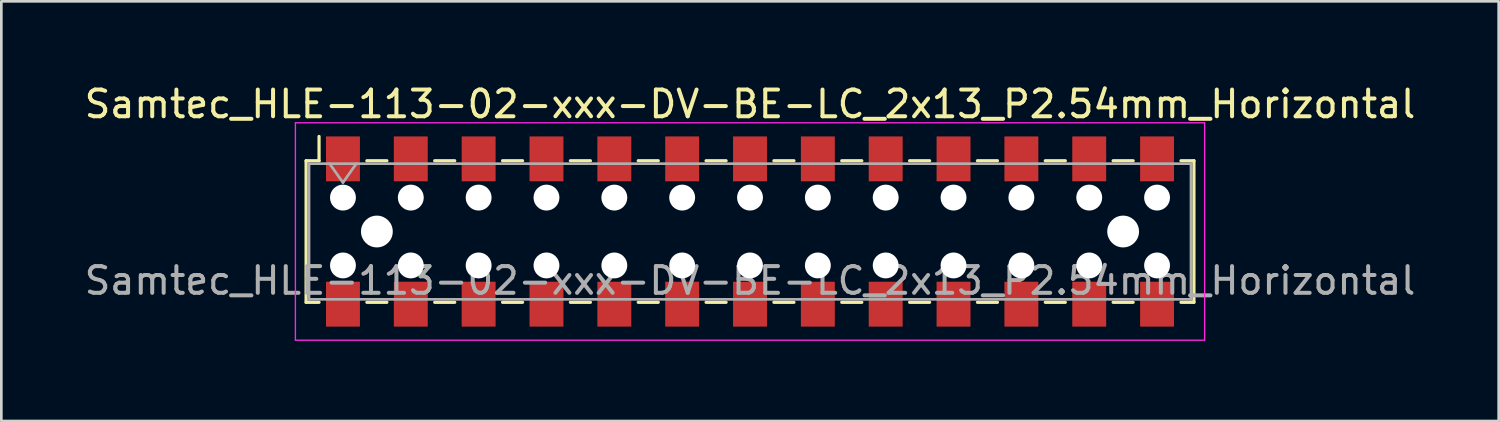
<source format=kicad_pcb>
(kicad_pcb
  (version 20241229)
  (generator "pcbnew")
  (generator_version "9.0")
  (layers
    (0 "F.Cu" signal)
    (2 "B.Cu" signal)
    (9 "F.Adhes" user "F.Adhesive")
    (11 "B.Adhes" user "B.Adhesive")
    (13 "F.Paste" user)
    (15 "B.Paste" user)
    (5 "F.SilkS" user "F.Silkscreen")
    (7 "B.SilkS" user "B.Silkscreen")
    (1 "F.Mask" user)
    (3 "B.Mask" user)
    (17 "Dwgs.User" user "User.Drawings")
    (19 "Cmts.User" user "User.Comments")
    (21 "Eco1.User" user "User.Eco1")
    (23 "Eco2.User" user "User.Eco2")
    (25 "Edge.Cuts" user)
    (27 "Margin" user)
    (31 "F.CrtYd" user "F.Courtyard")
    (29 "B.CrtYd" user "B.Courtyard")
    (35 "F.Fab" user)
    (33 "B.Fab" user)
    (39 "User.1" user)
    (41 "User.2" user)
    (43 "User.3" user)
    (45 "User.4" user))
  (footprint "Samtec_HLE-113-02-xxx-DV-BE-LC_2x13_P2.54mm_Horizontal"
    (layer "F.Cu")
    (at 25.03 5.618)
    (property "Reference" "Samtec_HLE-113-02-xxx-DV-BE-LC_2x13_P2.54mm_Horizontal" (at 0 -4.77 0) (layer "F.SilkS") (effects (font (size 1 1) (thickness 0.15))))
    (attr smd)
    (fp_line (start -16.62 -2.65) (end -16.62 2.65) (stroke (width 0.12) (type solid)) (layer "F.SilkS"))
    (fp_line (start -16.62 2.65) (end -16.135 2.65) (stroke (width 0.12) (type solid)) (layer "F.SilkS"))
    (fp_line (start -16.135 -3.56) (end -16.135 -2.65) (stroke (width 0.12) (type solid)) (layer "F.SilkS"))
    (fp_line (start -16.135 -2.65) (end -16.62 -2.65) (stroke (width 0.12) (type solid)) (layer "F.SilkS"))
    (fp_line (start -14.345 -2.65) (end -13.595 -2.65) (stroke (width 0.12) (type solid)) (layer "F.SilkS"))
    (fp_line (start -14.345 2.65) (end -13.595 2.65) (stroke (width 0.12) (type solid)) (layer "F.SilkS"))
    (fp_line (start -11.805 -2.65) (end -11.055 -2.65) (stroke (width 0.12) (type solid)) (layer "F.SilkS"))
    (fp_line (start -11.805 2.65) (end -11.055 2.65) (stroke (width 0.12) (type solid)) (layer "F.SilkS"))
    (fp_line (start -9.265 -2.65) (end -8.515 -2.65) (stroke (width 0.12) (type solid)) (layer "F.SilkS"))
    (fp_line (start -9.265 2.65) (end -8.515 2.65) (stroke (width 0.12) (type solid)) (layer "F.SilkS"))
    (fp_line (start -6.725 -2.65) (end -5.975 -2.65) (stroke (width 0.12) (type solid)) (layer "F.SilkS"))
    (fp_line (start -6.725 2.65) (end -5.975 2.65) (stroke (width 0.12) (type solid)) (layer "F.SilkS"))
    (fp_line (start -4.185 -2.65) (end -3.435 -2.65) (stroke (width 0.12) (type solid)) (layer "F.SilkS"))
    (fp_line (start -4.185 2.65) (end -3.435 2.65) (stroke (width 0.12) (type solid)) (layer "F.SilkS"))
    (fp_line (start -1.645 -2.65) (end -0.895 -2.65) (stroke (width 0.12) (type solid)) (layer "F.SilkS"))
    (fp_line (start -1.645 2.65) (end -0.895 2.65) (stroke (width 0.12) (type solid)) (layer "F.SilkS"))
    (fp_line (start 0.895 -2.65) (end 1.645 -2.65) (stroke (width 0.12) (type solid)) (layer "F.SilkS"))
    (fp_line (start 0.895 2.65) (end 1.645 2.65) (stroke (width 0.12) (type solid)) (layer "F.SilkS"))
    (fp_line (start 3.435 -2.65) (end 4.185 -2.65) (stroke (width 0.12) (type solid)) (layer "F.SilkS"))
    (fp_line (start 3.435 2.65) (end 4.185 2.65) (stroke (width 0.12) (type solid)) (layer "F.SilkS"))
    (fp_line (start 5.975 -2.65) (end 6.725 -2.65) (stroke (width 0.12) (type solid)) (layer "F.SilkS"))
    (fp_line (start 5.975 2.65) (end 6.725 2.65) (stroke (width 0.12) (type solid)) (layer "F.SilkS"))
    (fp_line (start 8.515 -2.65) (end 9.265 -2.65) (stroke (width 0.12) (type solid)) (layer "F.SilkS"))
    (fp_line (start 8.515 2.65) (end 9.265 2.65) (stroke (width 0.12) (type solid)) (layer "F.SilkS"))
    (fp_line (start 11.055 -2.65) (end 11.805 -2.65) (stroke (width 0.12) (type solid)) (layer "F.SilkS"))
    (fp_line (start 11.055 2.65) (end 11.805 2.65) (stroke (width 0.12) (type solid)) (layer "F.SilkS"))
    (fp_line (start 13.595 -2.65) (end 14.345 -2.65) (stroke (width 0.12) (type solid)) (layer "F.SilkS"))
    (fp_line (start 13.595 2.65) (end 14.345 2.65) (stroke (width 0.12) (type solid)) (layer "F.SilkS"))
    (fp_line (start 16.135 -2.65) (end 16.62 -2.65) (stroke (width 0.12) (type solid)) (layer "F.SilkS"))
    (fp_line (start 16.62 -2.65) (end 16.62 2.65) (stroke (width 0.12) (type solid)) (layer "F.SilkS"))
    (fp_line (start 16.62 2.65) (end 16.135 2.65) (stroke (width 0.12) (type solid)) (layer "F.SilkS"))
    (fp_line (start -17.02 -4.07) (end 17.02 -4.07) (stroke (width 0.05) (type solid)) (layer "F.CrtYd"))
    (fp_line (start -17.02 4.07) (end -17.02 -4.07) (stroke (width 0.05) (type solid)) (layer "F.CrtYd"))
    (fp_line (start 17.02 -4.07) (end 17.02 4.07) (stroke (width 0.05) (type solid)) (layer "F.CrtYd"))
    (fp_line (start 17.02 4.07) (end -17.02 4.07) (stroke (width 0.05) (type solid)) (layer "F.CrtYd"))
    (fp_line (start -16.51 -2.54) (end 16.51 -2.54) (stroke (width 0.1) (type solid)) (layer "F.Fab"))
    (fp_line (start -16.51 2.54) (end -16.51 -2.54) (stroke (width 0.1) (type solid)) (layer "F.Fab"))
    (fp_line (start -15.74 -2.54) (end -15.24 -1.833) (stroke (width 0.1) (type solid)) (layer "F.Fab"))
    (fp_line (start -15.24 -1.833) (end -14.74 -2.54) (stroke (width 0.1) (type solid)) (layer "F.Fab"))
    (fp_line (start 16.51 -2.54) (end 16.51 2.54) (stroke (width 0.1) (type solid)) (layer "F.Fab"))
    (fp_line (start 16.51 2.54) (end -16.51 2.54) (stroke (width 0.1) (type solid)) (layer "F.Fab"))
    (fp_text user "${REFERENCE}" (at 0 1.84 0) (layer "F.Fab") (effects (font (size 1 1) (thickness 0.15))))
    (pad "" np_thru_hole circle (at -15.24 -1.27) (size 0.97 0.97) (drill 0.97) (layers "*.Cu" "*.Mask"))
    (pad "" np_thru_hole circle (at -15.24 1.27) (size 0.97 0.97) (drill 0.97) (layers "*.Cu" "*.Mask"))
    (pad "" np_thru_hole circle (at -13.97 0) (size 1.19 1.19) (drill 1.19) (layers "*.Cu" "*.Mask"))
    (pad "" np_thru_hole circle (at -12.7 -1.27) (size 0.97 0.97) (drill 0.97) (layers "*.Cu" "*.Mask"))
    (pad "" np_thru_hole circle (at -12.7 1.27) (size 0.97 0.97) (drill 0.97) (layers "*.Cu" "*.Mask"))
    (pad "" np_thru_hole circle (at -10.16 -1.27) (size 0.97 0.97) (drill 0.97) (layers "*.Cu" "*.Mask"))
    (pad "" np_thru_hole circle (at -10.16 1.27) (size 0.97 0.97) (drill 0.97) (layers "*.Cu" "*.Mask"))
    (pad "" np_thru_hole circle (at -7.62 -1.27) (size 0.97 0.97) (drill 0.97) (layers "*.Cu" "*.Mask"))
    (pad "" np_thru_hole circle (at -7.62 1.27) (size 0.97 0.97) (drill 0.97) (layers "*.Cu" "*.Mask"))
    (pad "" np_thru_hole circle (at -5.08 -1.27) (size 0.97 0.97) (drill 0.97) (layers "*.Cu" "*.Mask"))
    (pad "" np_thru_hole circle (at -5.08 1.27) (size 0.97 0.97) (drill 0.97) (layers "*.Cu" "*.Mask"))
    (pad "" np_thru_hole circle (at -2.54 -1.27) (size 0.97 0.97) (drill 0.97) (layers "*.Cu" "*.Mask"))
    (pad "" np_thru_hole circle (at -2.54 1.27) (size 0.97 0.97) (drill 0.97) (layers "*.Cu" "*.Mask"))
    (pad "" np_thru_hole circle (at 0 -1.27) (size 0.97 0.97) (drill 0.97) (layers "*.Cu" "*.Mask"))
    (pad "" np_thru_hole circle (at 0 1.27) (size 0.97 0.97) (drill 0.97) (layers "*.Cu" "*.Mask"))
    (pad "" np_thru_hole circle (at 2.54 -1.27) (size 0.97 0.97) (drill 0.97) (layers "*.Cu" "*.Mask"))
    (pad "" np_thru_hole circle (at 2.54 1.27) (size 0.97 0.97) (drill 0.97) (layers "*.Cu" "*.Mask"))
    (pad "" np_thru_hole circle (at 5.08 -1.27) (size 0.97 0.97) (drill 0.97) (layers "*.Cu" "*.Mask"))
    (pad "" np_thru_hole circle (at 5.08 1.27) (size 0.97 0.97) (drill 0.97) (layers "*.Cu" "*.Mask"))
    (pad "" np_thru_hole circle (at 7.62 -1.27) (size 0.97 0.97) (drill 0.97) (layers "*.Cu" "*.Mask"))
    (pad "" np_thru_hole circle (at 7.62 1.27) (size 0.97 0.97) (drill 0.97) (layers "*.Cu" "*.Mask"))
    (pad "" np_thru_hole circle (at 10.16 -1.27) (size 0.97 0.97) (drill 0.97) (layers "*.Cu" "*.Mask"))
    (pad "" np_thru_hole circle (at 10.16 1.27) (size 0.97 0.97) (drill 0.97) (layers "*.Cu" "*.Mask"))
    (pad "" np_thru_hole circle (at 12.7 -1.27) (size 0.97 0.97) (drill 0.97) (layers "*.Cu" "*.Mask"))
    (pad "" np_thru_hole circle (at 12.7 1.27) (size 0.97 0.97) (drill 0.97) (layers "*.Cu" "*.Mask"))
    (pad "" np_thru_hole circle (at 13.97 0) (size 1.19 1.19) (drill 1.19) (layers "*.Cu" "*.Mask"))
    (pad "" np_thru_hole circle (at 15.24 -1.27) (size 0.97 0.97) (drill 0.97) (layers "*.Cu" "*.Mask"))
    (pad "" np_thru_hole circle (at 15.24 1.27) (size 0.97 0.97) (drill 0.97) (layers "*.Cu" "*.Mask"))
    (pad "1" smd rect (at -15.24 -2.72) (size 1.27 1.68) (layers "F.Cu" "F.Mask" "F.Paste"))
    (pad "2" smd rect (at -15.24 2.72) (size 1.27 1.68) (layers "F.Cu" "F.Mask" "F.Paste"))
    (pad "3" smd rect (at -12.7 -2.72) (size 1.27 1.68) (layers "F.Cu" "F.Mask" "F.Paste"))
    (pad "4" smd rect (at -12.7 2.72) (size 1.27 1.68) (layers "F.Cu" "F.Mask" "F.Paste"))
    (pad "5" smd rect (at -10.16 -2.72) (size 1.27 1.68) (layers "F.Cu" "F.Mask" "F.Paste"))
    (pad "6" smd rect (at -10.16 2.72) (size 1.27 1.68) (layers "F.Cu" "F.Mask" "F.Paste"))
    (pad "7" smd rect (at -7.62 -2.72) (size 1.27 1.68) (layers "F.Cu" "F.Mask" "F.Paste"))
    (pad "8" smd rect (at -7.62 2.72) (size 1.27 1.68) (layers "F.Cu" "F.Mask" "F.Paste"))
    (pad "9" smd rect (at -5.08 -2.72) (size 1.27 1.68) (layers "F.Cu" "F.Mask" "F.Paste"))
    (pad "10" smd rect (at -5.08 2.72) (size 1.27 1.68) (layers "F.Cu" "F.Mask" "F.Paste"))
    (pad "11" smd rect (at -2.54 -2.72) (size 1.27 1.68) (layers "F.Cu" "F.Mask" "F.Paste"))
    (pad "12" smd rect (at -2.54 2.72) (size 1.27 1.68) (layers "F.Cu" "F.Mask" "F.Paste"))
    (pad "13" smd rect (at 0 -2.72) (size 1.27 1.68) (layers "F.Cu" "F.Mask" "F.Paste"))
    (pad "14" smd rect (at 0 2.72) (size 1.27 1.68) (layers "F.Cu" "F.Mask" "F.Paste"))
    (pad "15" smd rect (at 2.54 -2.72) (size 1.27 1.68) (layers "F.Cu" "F.Mask" "F.Paste"))
    (pad "16" smd rect (at 2.54 2.72) (size 1.27 1.68) (layers "F.Cu" "F.Mask" "F.Paste"))
    (pad "17" smd rect (at 5.08 -2.72) (size 1.27 1.68) (layers "F.Cu" "F.Mask" "F.Paste"))
    (pad "18" smd rect (at 5.08 2.72) (size 1.27 1.68) (layers "F.Cu" "F.Mask" "F.Paste"))
    (pad "19" smd rect (at 7.62 -2.72) (size 1.27 1.68) (layers "F.Cu" "F.Mask" "F.Paste"))
    (pad "20" smd rect (at 7.62 2.72) (size 1.27 1.68) (layers "F.Cu" "F.Mask" "F.Paste"))
    (pad "21" smd rect (at 10.16 -2.72) (size 1.27 1.68) (layers "F.Cu" "F.Mask" "F.Paste"))
    (pad "22" smd rect (at 10.16 2.72) (size 1.27 1.68) (layers "F.Cu" "F.Mask" "F.Paste"))
    (pad "23" smd rect (at 12.7 -2.72) (size 1.27 1.68) (layers "F.Cu" "F.Mask" "F.Paste"))
    (pad "24" smd rect (at 12.7 2.72) (size 1.27 1.68) (layers "F.Cu" "F.Mask" "F.Paste"))
    (pad "25" smd rect (at 15.24 -2.72) (size 1.27 1.68) (layers "F.Cu" "F.Mask" "F.Paste"))
    (pad "26" smd rect (at 15.24 2.72) (size 1.27 1.68) (layers "F.Cu" "F.Mask" "F.Paste")))
  (gr_rect
    (start -3 -3)
    (end 53.06 12.713)
    (stroke (width 0.1) (type default))
    (fill no)
    (layer "Edge.Cuts")))
</source>
